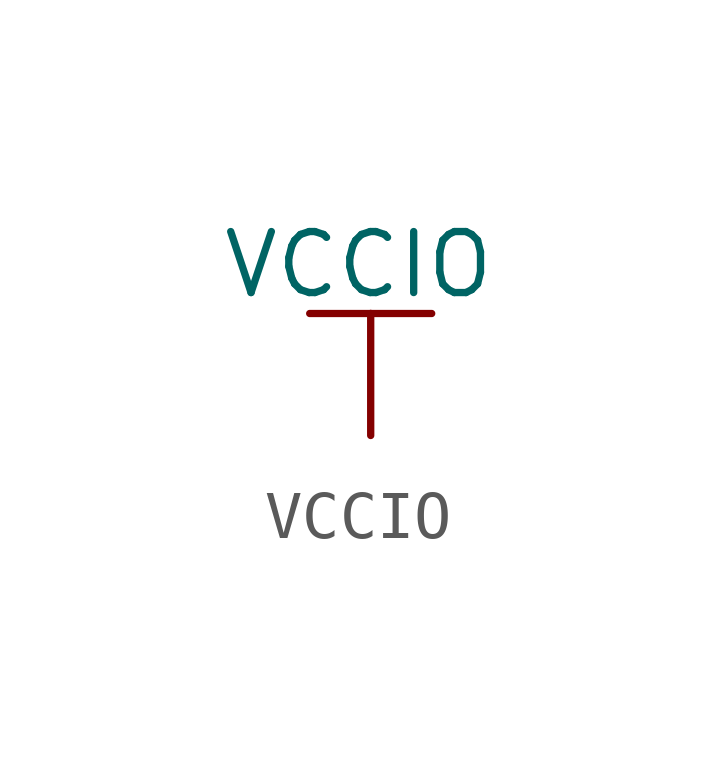
<source format=kicad_sym>
(kicad_symbol_lib
  (version 20211014)
  (generator kicad_symbol_editor)
  (symbol "VCCIO"
    (power)
    (pin_names
      (offset 0))
    (property "Reference" "#PWR"
      (at 0 -3.81 0)
      (effects (font (size 1.27 1.27)) hide))
    (property "Value" "VCCIO"
      (at -0.254 3.556 0)
      (effects (font (size 1.27 1.27))))
    (property "Footprint" ""
      (at 0 0 0)
      (effects (font (size 1.27 1.27))))
    (property "Datasheet" ""
      (at 0 0 0)
      (effects (font (size 1.27 1.27))))
    (symbol "VCCIO_0_1"
      (polyline (pts (xy -1.27 2.54) (xy 0 2.54)) (stroke (width 0) (type default) (color 0 0 0 0)) (fill (type none)))
      (polyline (pts (xy 0 0) (xy 0 2.54)) (stroke (width 0) (type default) (color 0 0 0 0)) (fill (type none)))
      (polyline (pts (xy 0 2.54) (xy 1.27 2.54)) (stroke (width 0) (type default) (color 0 0 0 0)) (fill (type none))))
    (symbol "VCCIO_1_1"
      (pin power_in line (at 0 0 90) (length 0) hide (name "VCCIO" (effects (font (size 1.27 1.27)))) (number "1" (effects (font (size 1.27 1.27))))))))
</source>
